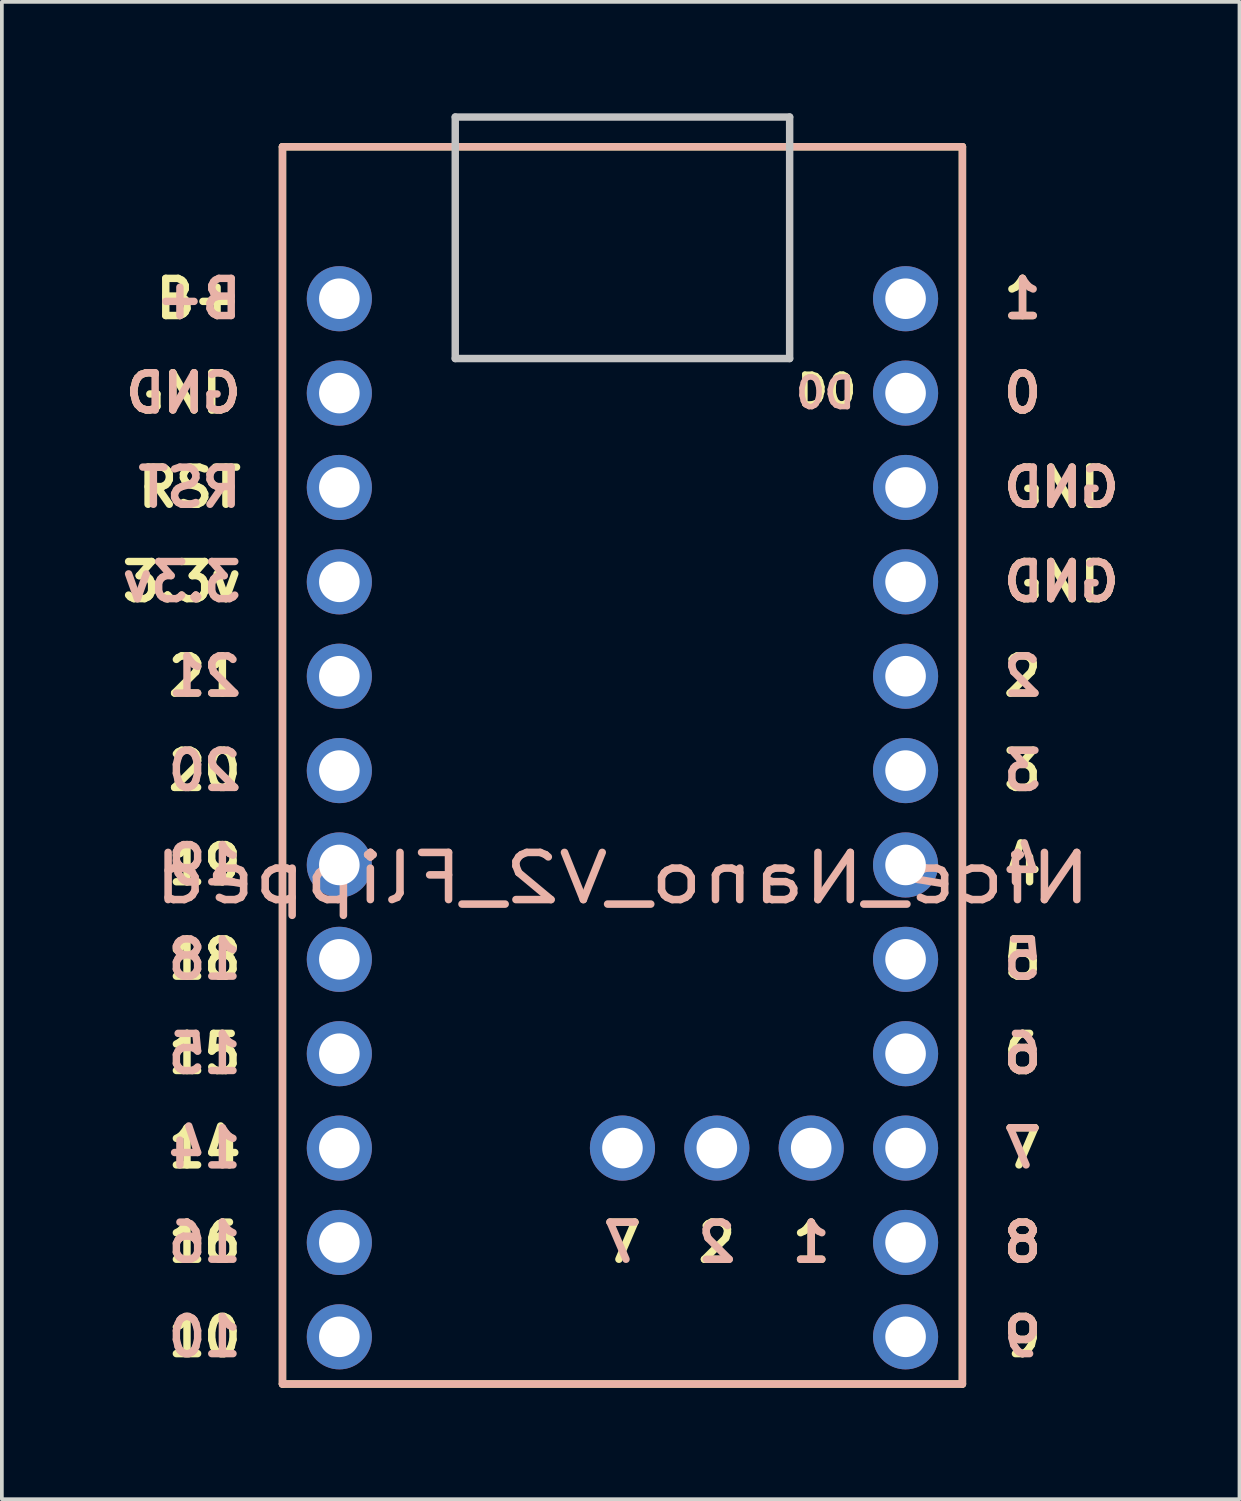
<source format=kicad_pcb>
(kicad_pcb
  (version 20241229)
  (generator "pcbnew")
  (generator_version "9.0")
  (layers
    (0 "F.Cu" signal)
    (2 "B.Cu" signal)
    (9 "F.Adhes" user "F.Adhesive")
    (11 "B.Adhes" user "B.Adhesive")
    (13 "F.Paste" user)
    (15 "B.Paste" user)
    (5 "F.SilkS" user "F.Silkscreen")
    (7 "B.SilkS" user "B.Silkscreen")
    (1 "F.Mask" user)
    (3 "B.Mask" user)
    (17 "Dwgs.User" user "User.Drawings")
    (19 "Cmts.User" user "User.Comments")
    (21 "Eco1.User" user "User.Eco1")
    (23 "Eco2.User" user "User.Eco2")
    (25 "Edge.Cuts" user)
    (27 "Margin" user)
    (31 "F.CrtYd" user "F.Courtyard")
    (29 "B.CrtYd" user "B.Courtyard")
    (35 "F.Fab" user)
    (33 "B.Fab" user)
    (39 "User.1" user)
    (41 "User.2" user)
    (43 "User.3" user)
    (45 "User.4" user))
  (footprint "Nice_Nano_V2_Flipped"
    (layer "F.Cu")
    (at 13.703 18.96)
    (property "Reference" "Nice_Nano_V2_Flipped" (at 0 1.625 0) (layer "B.SilkS") (effects (font (size 1.27 1.524) (thickness 0.203)) (justify mirror)))
    (attr through_hole)
    (fp_line (start -9.15 -18.06) (end -9.15 15.24) (stroke (width 0.2) (type default)) (layer "F.SilkS"))
    (fp_line (start 9.15 -18.06) (end -9.15 -18.06) (stroke (width 0.2) (type solid)) (layer "F.SilkS"))
    (fp_line (start 9.15 -18.06) (end 9.15 15.24) (stroke (width 0.2) (type default)) (layer "F.SilkS"))
    (fp_line (start 9.15 15.24) (end -9.15 15.24) (stroke (width 0.2) (type solid)) (layer "F.SilkS"))
    (fp_line (start -9.15 15.24) (end -9.15 -18.06) (stroke (width 0.2) (type default)) (layer "B.SilkS"))
    (fp_line (start 9.15 -18.06) (end -9.15 -18.06) (stroke (width 0.2) (type solid)) (layer "B.SilkS"))
    (fp_line (start 9.15 15.24) (end -9.15 15.24) (stroke (width 0.2) (type solid)) (layer "B.SilkS"))
    (fp_line (start 9.15 15.24) (end 9.15 -18.06) (stroke (width 0.2) (type default)) (layer "B.SilkS"))
    (fp_line (start -4.5 -18.86) (end 4.5 -18.86) (stroke (width 0.2) (type default)) (layer "Dwgs.User"))
    (fp_line (start -4.5 -12.36) (end -4.5 -18.86) (stroke (width 0.2) (type default)) (layer "Dwgs.User"))
    (fp_line (start -4.5 -12.36) (end 4.5 -12.36) (stroke (width 0.2) (type default)) (layer "Dwgs.User"))
    (fp_line (start 4.5 -12.36) (end 4.5 -18.86) (stroke (width 0.2) (type default)) (layer "Dwgs.User"))
    (fp_text user "2" (at 10.16 -3.81 0) (unlocked yes) (layer "F.SilkS") (effects (font (size 1 1) (thickness 0.2) (bold yes)) (justify left)))
    (fp_text user "4" (at 10.16 1.27 0) (unlocked yes) (layer "F.SilkS") (effects (font (size 1 1) (thickness 0.2) (bold yes)) (justify left)))
    (fp_text user "2" (at 2.54 11.43 0) (unlocked yes) (layer "F.SilkS") (effects (font (size 1 1) (thickness 0.2) (bold yes))))
    (fp_text user "6" (at 10.16 6.35 0) (unlocked yes) (layer "F.SilkS") (effects (font (size 1 1) (thickness 0.2) (bold yes)) (justify left)))
    (fp_text user "RST" (at -10.16 -8.89 0) (unlocked yes) (layer "F.SilkS") (effects (font (size 1 1) (thickness 0.2) (bold yes)) (justify right)))
    (fp_text user "10" (at -10.16 13.97 0) (unlocked yes) (layer "F.SilkS") (effects (font (size 1 1) (thickness 0.2) (bold yes)) (justify right)))
    (fp_text user "14" (at -10.16 8.89 0) (unlocked yes) (layer "F.SilkS") (effects (font (size 1 1) (thickness 0.2) (bold yes)) (justify right)))
    (fp_text user "20" (at -10.16 -1.27 0) (unlocked yes) (layer "F.SilkS") (effects (font (size 1 1) (thickness 0.2) (bold yes)) (justify right)))
    (fp_text user "3" (at 10.16 -1.27 0) (unlocked yes) (layer "F.SilkS") (effects (font (size 1 1) (thickness 0.2) (bold yes)) (justify left)))
    (fp_text user "15" (at -10.16 6.35 0) (unlocked yes) (layer "F.SilkS") (effects (font (size 1 1) (thickness 0.2) (bold yes)) (justify right)))
    (fp_text user "7" (at 0 11.43 0) (unlocked yes) (layer "F.SilkS") (effects (font (size 1 1) (thickness 0.2) (bold yes))))
    (fp_text user "16" (at -10.16 11.43 0) (unlocked yes) (layer "F.SilkS") (effects (font (size 1 1) (thickness 0.2) (bold yes)) (justify right)))
    (fp_text user "21" (at -10.16 -3.81 0) (unlocked yes) (layer "F.SilkS") (effects (font (size 1 1) (thickness 0.2) (bold yes)) (justify right)))
    (fp_text user "9" (at 10.16 13.97 0) (unlocked yes) (layer "F.SilkS") (effects (font (size 1 1) (thickness 0.2) (bold yes)) (justify left)))
    (fp_text user "7" (at 10.16 8.89 0) (unlocked yes) (layer "F.SilkS") (effects (font (size 1 1) (thickness 0.2) (bold yes)) (justify left)))
    (fp_text user "8" (at 10.16 11.43 0) (unlocked yes) (layer "F.SilkS") (effects (font (size 1 1) (thickness 0.2) (bold yes)) (justify left)))
    (fp_text user "1" (at 5.08 11.43 0) (unlocked yes) (layer "F.SilkS") (effects (font (size 1 1) (thickness 0.2) (bold yes))))
    (fp_text user "D0" (at 5.5 -11.5 0) (layer "F.SilkS") (effects (font (size 0.8 0.8) (thickness 0.15))))
    (fp_text user "19" (at -10.16 1.27 0) (unlocked yes) (layer "F.SilkS") (effects (font (size 1 1) (thickness 0.2) (bold yes)) (justify right)))
    (fp_text user "18" (at -10.16 3.81 0) (unlocked yes) (layer "F.SilkS") (effects (font (size 1 1) (thickness 0.2) (bold yes)) (justify right)))
    (fp_text user "GND" (at -10.16 -11.43 0) (unlocked yes) (layer "F.SilkS") (effects (font (size 1 1) (thickness 0.2) (bold yes)) (justify right)))
    (fp_text user "5" (at 10.16 3.81 0) (unlocked yes) (layer "F.SilkS") (effects (font (size 1 1) (thickness 0.2) (bold yes)) (justify left)))
    (fp_text user "B+" (at -10.16 -13.97 0) (unlocked yes) (layer "F.SilkS") (effects (font (size 1 1) (thickness 0.2) (bold yes)) (justify right)))
    (fp_text user "0" (at 10.16 -11.43 0) (unlocked yes) (layer "F.SilkS") (effects (font (size 1 1) (thickness 0.2) (bold yes)) (justify left)))
    (fp_text user "GND" (at 10.16 -8.89 0) (unlocked yes) (layer "F.SilkS") (effects (font (size 1 1) (thickness 0.2) (bold yes)) (justify left)))
    (fp_text user "1" (at 10.16 -13.97 0) (unlocked yes) (layer "F.SilkS") (effects (font (size 1 1) (thickness 0.2) (bold yes)) (justify left)))
    (fp_text user "GND" (at 10.16 -6.35 0) (unlocked yes) (layer "F.SilkS") (effects (font (size 1 1) (thickness 0.2) (bold yes)) (justify left)))
    (fp_text user "3.3v" (at -10.16 -6.35 0) (unlocked yes) (layer "F.SilkS") (effects (font (size 1 1) (thickness 0.2) (bold yes)) (justify right)))
    (fp_text user "GND" (at 10.16 -6.35 0) (unlocked yes) (layer "B.SilkS") (effects (font (size 1 1) (thickness 0.2) (bold yes)) (justify right mirror)))
    (fp_text user "18" (at -10.16 3.81 0) (unlocked yes) (layer "B.SilkS") (effects (font (size 1 1) (thickness 0.2) (bold yes)) (justify left mirror)))
    (fp_text user "B+" (at -10.16 -13.97 0) (unlocked yes) (layer "B.SilkS") (effects (font (size 1 1) (thickness 0.2) (bold yes)) (justify left mirror)))
    (fp_text user "19" (at -10.16 1.27 0) (unlocked yes) (layer "B.SilkS") (effects (font (size 1 1) (thickness 0.2) (bold yes)) (justify left mirror)))
    (fp_text user "0" (at 10.16 -11.43 0) (unlocked yes) (layer "B.SilkS") (effects (font (size 1 1) (thickness 0.2) (bold yes)) (justify right mirror)))
    (fp_text user "6" (at 10.16 6.35 0) (unlocked yes) (layer "B.SilkS") (effects (font (size 1 1) (thickness 0.2) (bold yes)) (justify right mirror)))
    (fp_text user "7" (at 0 11.43 0) (unlocked yes) (layer "B.SilkS") (effects (font (size 1 1) (thickness 0.2) (bold yes)) (justify mirror)))
    (fp_text user "4" (at 10.16 1.27 0) (unlocked yes) (layer "B.SilkS") (effects (font (size 1 1) (thickness 0.2) (bold yes)) (justify right mirror)))
    (fp_text user "7" (at 10.16 8.89 0) (unlocked yes) (layer "B.SilkS") (effects (font (size 1 1) (thickness 0.2) (bold yes)) (justify right mirror)))
    (fp_text user "8" (at 10.16 11.43 0) (unlocked yes) (layer "B.SilkS") (effects (font (size 1 1) (thickness 0.2) (bold yes)) (justify right mirror)))
    (fp_text user "16" (at -10.16 11.43 0) (unlocked yes) (layer "B.SilkS") (effects (font (size 1 1) (thickness 0.2) (bold yes)) (justify left mirror)))
    (fp_text user "21" (at -10.16 -3.81 0) (unlocked yes) (layer "B.SilkS") (effects (font (size 1 1) (thickness 0.2) (bold yes)) (justify left mirror)))
    (fp_text user "3" (at 10.16 -1.27 0) (unlocked yes) (layer "B.SilkS") (effects (font (size 1 1) (thickness 0.2) (bold yes)) (justify right mirror)))
    (fp_text user "1" (at 10.16 -13.97 0) (unlocked yes) (layer "B.SilkS") (effects (font (size 1 1) (thickness 0.2) (bold yes)) (justify right mirror)))
    (fp_text user "GND" (at -10.16 -11.43 0) (unlocked yes) (layer "B.SilkS") (effects (font (size 1 1) (thickness 0.2) (bold yes)) (justify left mirror)))
    (fp_text user "1" (at 5.08 11.43 0) (unlocked yes) (layer "B.SilkS") (effects (font (size 1 1) (thickness 0.2) (bold yes)) (justify mirror)))
    (fp_text user "3.3v" (at -10.16 -6.35 0) (unlocked yes) (layer "B.SilkS") (effects (font (size 1 1) (thickness 0.2) (bold yes)) (justify left mirror)))
    (fp_text user "15" (at -10.16 6.35 0) (unlocked yes) (layer "B.SilkS") (effects (font (size 1 1) (thickness 0.2) (bold yes)) (justify left mirror)))
    (fp_text user "20" (at -10.16 -1.27 0) (unlocked yes) (layer "B.SilkS") (effects (font (size 1 1) (thickness 0.2) (bold yes)) (justify left mirror)))
    (fp_text user "10" (at -10.16 13.97 0) (unlocked yes) (layer "B.SilkS") (effects (font (size 1 1) (thickness 0.2) (bold yes)) (justify left mirror)))
    (fp_text user "9" (at 10.16 13.97 0) (unlocked yes) (layer "B.SilkS") (effects (font (size 1 1) (thickness 0.2) (bold yes)) (justify right mirror)))
    (fp_text user "D0" (at 5.461 -11.43 0) (layer "B.SilkS") (effects (font (size 0.8 0.8) (thickness 0.15)) (justify mirror)))
    (fp_text user "5" (at 10.16 3.81 0) (unlocked yes) (layer "B.SilkS") (effects (font (size 1 1) (thickness 0.2) (bold yes)) (justify right mirror)))
    (fp_text user "14" (at -10.16 8.89 0) (unlocked yes) (layer "B.SilkS") (effects (font (size 1 1) (thickness 0.2) (bold yes)) (justify left mirror)))
    (fp_text user "RST" (at -10.16 -8.89 0) (unlocked yes) (layer "B.SilkS") (effects (font (size 1 1) (thickness 0.2) (bold yes)) (justify left mirror)))
    (fp_text user "GND" (at 10.16 -8.89 0) (unlocked yes) (layer "B.SilkS") (effects (font (size 1 1) (thickness 0.2) (bold yes)) (justify right mirror)))
    (fp_text user "2" (at 10.16 -3.81 0) (unlocked yes) (layer "B.SilkS") (effects (font (size 1 1) (thickness 0.2) (bold yes)) (justify right mirror)))
    (fp_text user "2" (at 2.54 11.43 0) (unlocked yes) (layer "B.SilkS") (effects (font (size 1 1) (thickness 0.2) (bold yes)) (justify mirror)))
    (pad "1" thru_hole circle (at 7.62 -13.97 90) (size 1.753 1.753) (drill 1.092) (layers "*.Cu"))
    (pad "2" thru_hole circle (at 7.62 -11.43 90) (size 1.753 1.753) (drill 1.092) (layers "*.Cu"))
    (pad "3" thru_hole circle (at 7.62 -8.89 90) (size 1.753 1.753) (drill 1.092) (layers "*.Cu"))
    (pad "4" thru_hole circle (at 7.62 -6.35 90) (size 1.753 1.753) (drill 1.092) (layers "*.Cu"))
    (pad "5" thru_hole circle (at 7.62 -3.81 90) (size 1.753 1.753) (drill 1.092) (layers "*.Cu"))
    (pad "6" thru_hole circle (at 7.62 -1.27 90) (size 1.753 1.753) (drill 1.092) (layers "*.Cu"))
    (pad "7" thru_hole circle (at 7.62 1.27 90) (size 1.753 1.753) (drill 1.092) (layers "*.Cu"))
    (pad "8" thru_hole circle (at 7.62 3.81 90) (size 1.753 1.753) (drill 1.092) (layers "*.Cu"))
    (pad "9" thru_hole circle (at 7.62 6.35 90) (size 1.753 1.753) (drill 1.092) (layers "*.Cu"))
    (pad "10" thru_hole circle (at 7.62 8.89 90) (size 1.753 1.753) (drill 1.092) (layers "*.Cu"))
    (pad "11" thru_hole circle (at 7.62 11.43 90) (size 1.753 1.753) (drill 1.092) (layers "*.Cu"))
    (pad "12" thru_hole circle (at 7.62 13.97 90) (size 1.753 1.753) (drill 1.092) (layers "*.Cu"))
    (pad "13" thru_hole circle (at -7.62 13.97 90) (size 1.753 1.753) (drill 1.092) (layers "*.Cu"))
    (pad "14" thru_hole circle (at -7.62 11.43 90) (size 1.753 1.753) (drill 1.092) (layers "*.Cu"))
    (pad "15" thru_hole circle (at -7.62 8.89 90) (size 1.753 1.753) (drill 1.092) (layers "*.Cu"))
    (pad "16" thru_hole circle (at -7.62 6.35 90) (size 1.753 1.753) (drill 1.092) (layers "*.Cu"))
    (pad "17" thru_hole circle (at -7.62 3.81 90) (size 1.753 1.753) (drill 1.092) (layers "*.Cu"))
    (pad "18" thru_hole circle (at -7.62 1.27 90) (size 1.753 1.753) (drill 1.092) (layers "*.Cu"))
    (pad "19" thru_hole circle (at -7.62 -1.27 90) (size 1.753 1.753) (drill 1.092) (layers "*.Cu"))
    (pad "20" thru_hole circle (at -7.62 -3.81 90) (size 1.753 1.753) (drill 1.092) (layers "*.Cu"))
    (pad "21" thru_hole circle (at -7.62 -6.35 90) (size 1.753 1.753) (drill 1.092) (layers "*.Cu"))
    (pad "22" thru_hole circle (at -7.62 -8.89 90) (size 1.753 1.753) (drill 1.092) (layers "*.Cu"))
    (pad "23" thru_hole circle (at -7.62 -11.43 90) (size 1.753 1.753) (drill 1.092) (layers "*.Cu"))
    (pad "24" thru_hole circle (at -7.62 -13.97 90) (size 1.753 1.753) (drill 1.092) (layers "*.Cu"))
    (pad "25" thru_hole circle (at 5.08 8.89) (size 1.753 1.753) (drill 1.092) (layers "*.Cu"))
    (pad "26" thru_hole circle (at 2.54 8.89) (size 1.753 1.753) (drill 1.092) (layers "*.Cu"))
    (pad "27" thru_hole circle (at 0 8.89) (size 1.753 1.753) (drill 1.092) (layers "*.Cu")))
  (gr_rect
    (start -3 -3)
    (end 30.31 37.3)
    (stroke (width 0.1) (type default))
    (fill no)
    (layer "Edge.Cuts")))
</source>
